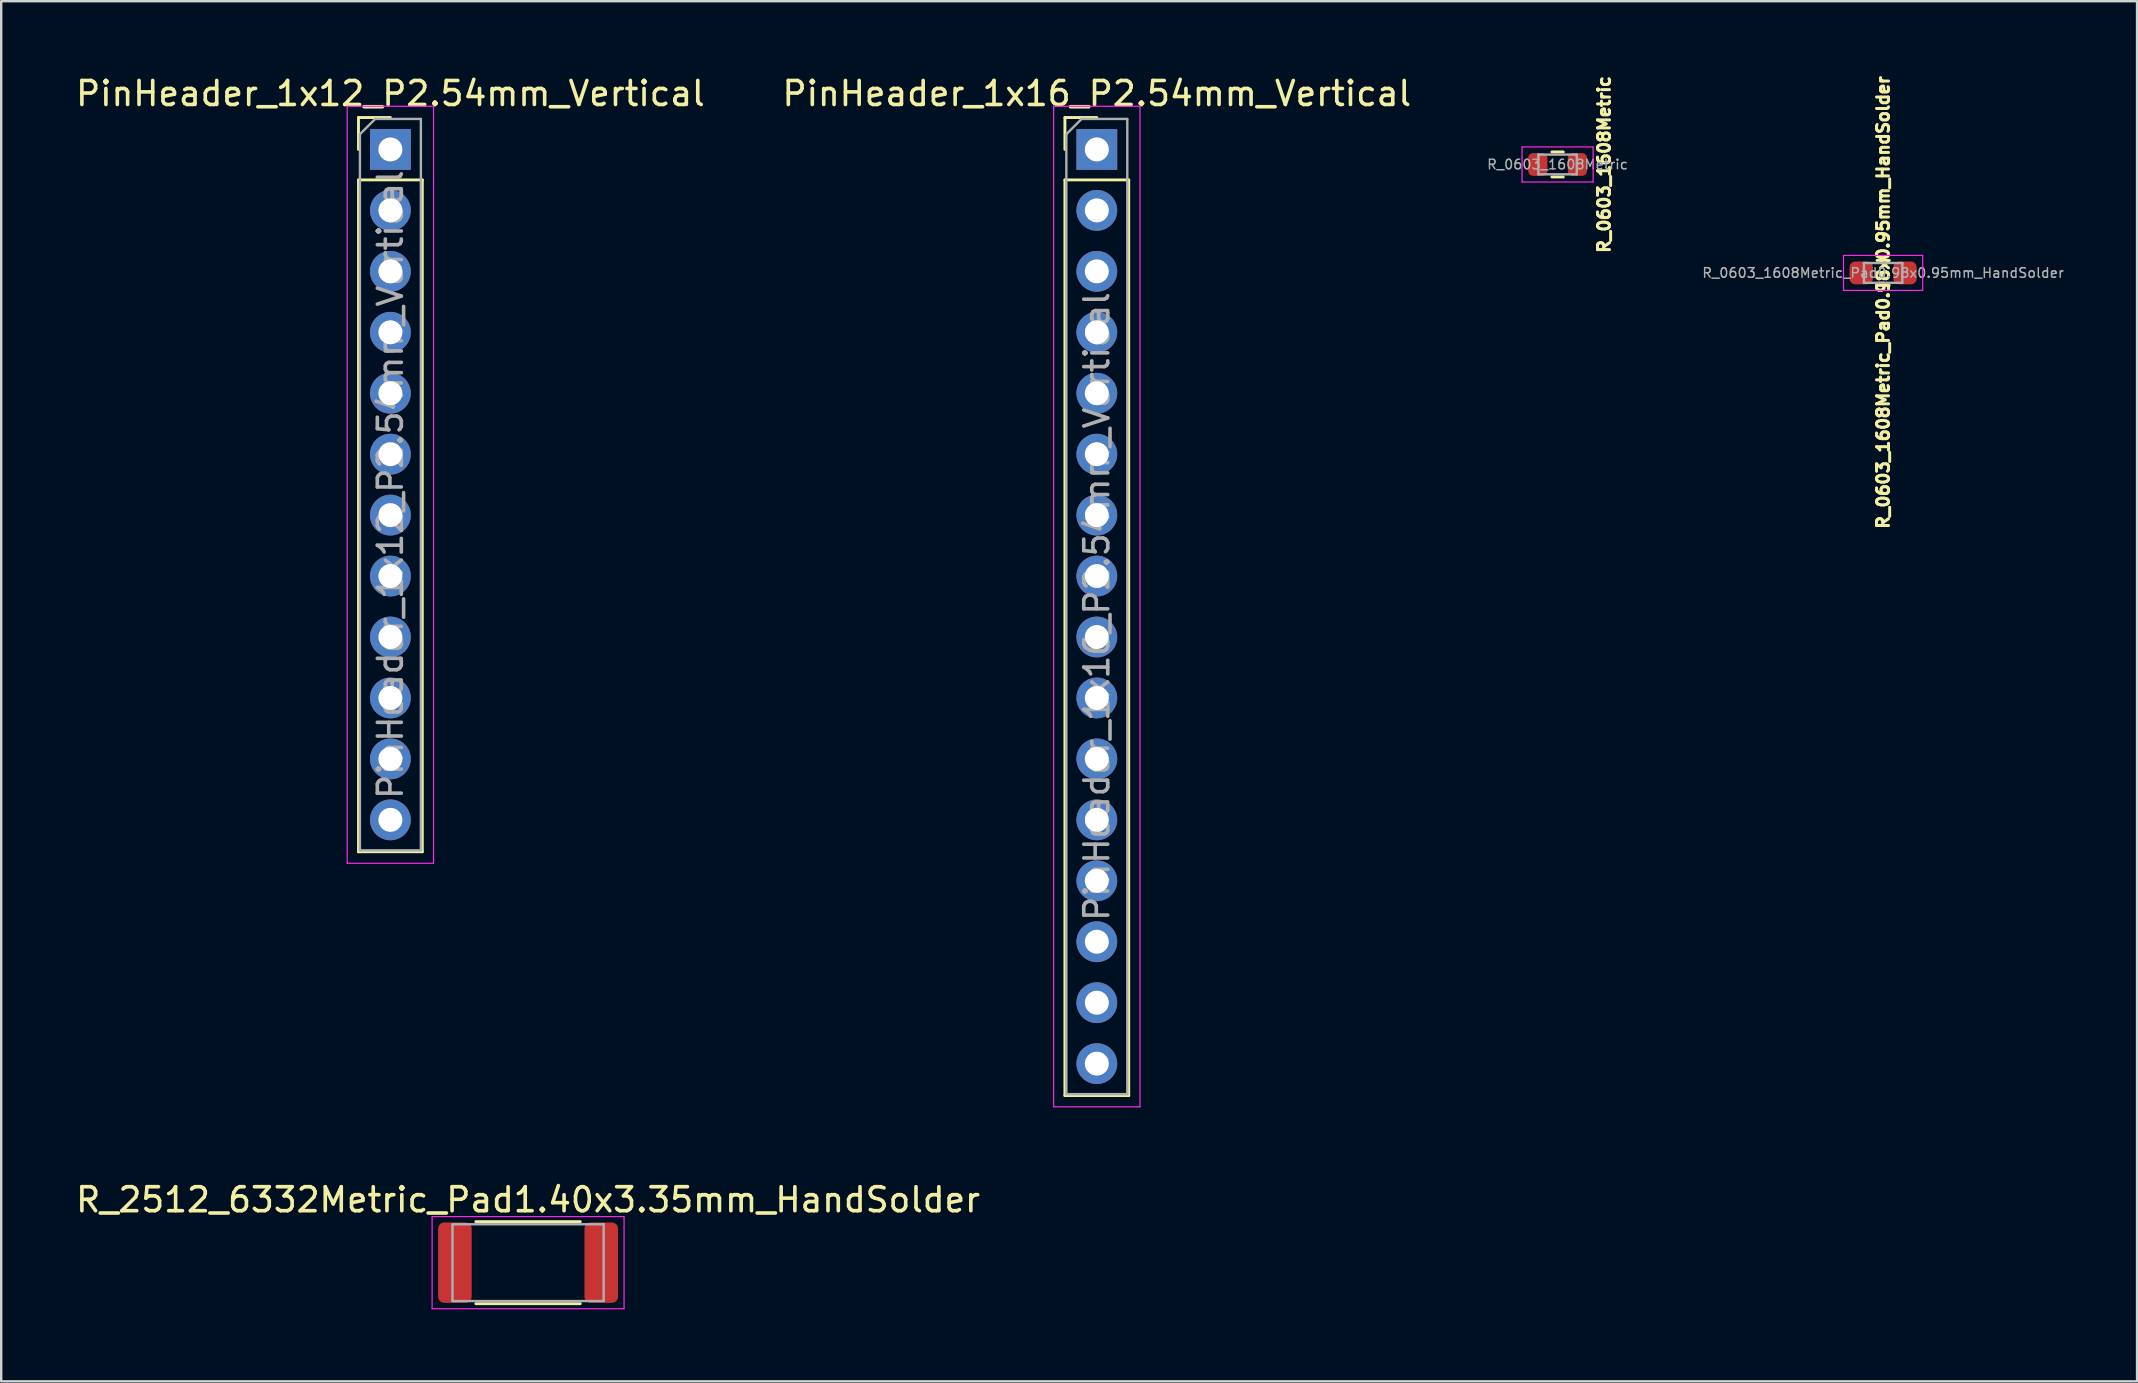
<source format=kicad_pcb>
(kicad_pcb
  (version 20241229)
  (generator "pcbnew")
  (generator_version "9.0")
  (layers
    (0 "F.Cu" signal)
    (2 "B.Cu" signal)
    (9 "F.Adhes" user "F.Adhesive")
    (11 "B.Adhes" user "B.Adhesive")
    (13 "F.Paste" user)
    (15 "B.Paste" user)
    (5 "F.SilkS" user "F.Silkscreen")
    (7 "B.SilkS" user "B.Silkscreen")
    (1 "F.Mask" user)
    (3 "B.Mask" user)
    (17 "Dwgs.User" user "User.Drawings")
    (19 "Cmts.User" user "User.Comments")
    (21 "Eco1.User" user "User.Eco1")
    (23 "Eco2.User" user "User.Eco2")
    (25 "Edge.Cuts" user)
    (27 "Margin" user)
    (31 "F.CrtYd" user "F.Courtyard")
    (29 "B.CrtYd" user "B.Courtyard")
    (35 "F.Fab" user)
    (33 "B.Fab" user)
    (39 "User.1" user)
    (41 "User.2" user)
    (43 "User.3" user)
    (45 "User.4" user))
  (footprint "R_0603_1608Metric"
    (layer "F.Cu")
    (at 61.864 3.804)
    (property "Reference" "R_0603_1608Metric" (at 1.938 0 270) (layer "F.SilkS") (effects (font (size 0.5 0.5) (thickness 0.125))))
    (attr smd)
    (fp_line (start -0.237 -0.522) (end 0.237 -0.522) (stroke (width 0.12) (type solid)) (layer "F.SilkS"))
    (fp_line (start -0.237 0.522) (end 0.237 0.522) (stroke (width 0.12) (type solid)) (layer "F.SilkS"))
    (fp_line (start -1.48 -0.73) (end 1.48 -0.73) (stroke (width 0.05) (type solid)) (layer "F.CrtYd"))
    (fp_line (start -1.48 0.73) (end -1.48 -0.73) (stroke (width 0.05) (type solid)) (layer "F.CrtYd"))
    (fp_line (start 1.48 -0.73) (end 1.48 0.73) (stroke (width 0.05) (type solid)) (layer "F.CrtYd"))
    (fp_line (start 1.48 0.73) (end -1.48 0.73) (stroke (width 0.05) (type solid)) (layer "F.CrtYd"))
    (fp_line (start -0.8 -0.412) (end 0.8 -0.412) (stroke (width 0.1) (type solid)) (layer "F.Fab"))
    (fp_line (start -0.8 0.412) (end -0.8 -0.412) (stroke (width 0.1) (type solid)) (layer "F.Fab"))
    (fp_line (start 0.8 -0.412) (end 0.8 0.412) (stroke (width 0.1) (type solid)) (layer "F.Fab"))
    (fp_line (start 0.8 0.412) (end -0.8 0.412) (stroke (width 0.1) (type solid)) (layer "F.Fab"))
    (fp_text user "${REFERENCE}" (at 0 0 0) (layer "F.Fab") (effects (font (size 0.4 0.4) (thickness 0.06))))
    (pad "1" smd roundrect (at -0.825 0) (size 0.8 0.95) (layers "F.Cu" "F.Mask" "F.Paste") (roundrect_rratio 0.25))
    (pad "2" smd roundrect (at 0.825 0) (size 0.8 0.95) (layers "F.Cu" "F.Mask" "F.Paste") (roundrect_rratio 0.25)))
  (footprint "PinHeader_1x12_P2.54mm_Vertical"
    (layer "F.Cu")
    (at 13.22 3.178)
    (property "Reference" "PinHeader_1x12_P2.54mm_Vertical" (at 0 -2.33 180) (layer "F.SilkS") (effects (font (size 1 1) (thickness 0.15))))
    (attr through_hole dnp)
    (fp_line (start -1.33 -1.33) (end 0 -1.33) (stroke (width 0.12) (type solid)) (layer "F.SilkS"))
    (fp_line (start -1.33 0) (end -1.33 -1.33) (stroke (width 0.12) (type solid)) (layer "F.SilkS"))
    (fp_line (start -1.33 1.27) (end -1.33 29.27) (stroke (width 0.12) (type solid)) (layer "F.SilkS"))
    (fp_line (start -1.33 1.27) (end 1.33 1.27) (stroke (width 0.12) (type solid)) (layer "F.SilkS"))
    (fp_line (start -1.33 29.27) (end 1.33 29.27) (stroke (width 0.12) (type solid)) (layer "F.SilkS"))
    (fp_line (start 1.33 1.27) (end 1.33 29.27) (stroke (width 0.12) (type solid)) (layer "F.SilkS"))
    (fp_line (start -1.8 -1.8) (end -1.8 29.75) (stroke (width 0.05) (type solid)) (layer "F.CrtYd"))
    (fp_line (start -1.8 29.75) (end 1.8 29.75) (stroke (width 0.05) (type solid)) (layer "F.CrtYd"))
    (fp_line (start 1.8 -1.8) (end -1.8 -1.8) (stroke (width 0.05) (type solid)) (layer "F.CrtYd"))
    (fp_line (start 1.8 29.75) (end 1.8 -1.8) (stroke (width 0.05) (type solid)) (layer "F.CrtYd"))
    (fp_line (start -1.27 -0.635) (end -0.635 -1.27) (stroke (width 0.1) (type solid)) (layer "F.Fab"))
    (fp_line (start -1.27 29.21) (end -1.27 -0.635) (stroke (width 0.1) (type solid)) (layer "F.Fab"))
    (fp_line (start -0.635 -1.27) (end 1.27 -1.27) (stroke (width 0.1) (type solid)) (layer "F.Fab"))
    (fp_line (start 1.27 -1.27) (end 1.27 29.21) (stroke (width 0.1) (type solid)) (layer "F.Fab"))
    (fp_line (start 1.27 29.21) (end -1.27 29.21) (stroke (width 0.1) (type solid)) (layer "F.Fab"))
    (fp_text user "${REFERENCE}" (at 0 13.97 270) (layer "F.Fab") (effects (font (size 1 1) (thickness 0.15))))
    (pad "1" thru_hole rect (at 0 0) (size 1.7 1.7) (drill 1) (layers "*.Cu" "*.Mask"))
    (pad "2" thru_hole oval (at 0 2.54) (size 1.7 1.7) (drill 1) (layers "*.Cu" "*.Mask"))
    (pad "3" thru_hole oval (at 0 5.08) (size 1.7 1.7) (drill 1) (layers "*.Cu" "*.Mask"))
    (pad "4" thru_hole oval (at 0 7.62) (size 1.7 1.7) (drill 1) (layers "*.Cu" "*.Mask"))
    (pad "5" thru_hole oval (at 0 10.16) (size 1.7 1.7) (drill 1) (layers "*.Cu" "*.Mask"))
    (pad "6" thru_hole oval (at 0 12.7) (size 1.7 1.7) (drill 1) (layers "*.Cu" "*.Mask"))
    (pad "7" thru_hole oval (at 0 15.24) (size 1.7 1.7) (drill 1) (layers "*.Cu" "*.Mask"))
    (pad "8" thru_hole oval (at 0 17.78) (size 1.7 1.7) (drill 1) (layers "*.Cu" "*.Mask"))
    (pad "9" thru_hole oval (at 0 20.32) (size 1.7 1.7) (drill 1) (layers "*.Cu" "*.Mask"))
    (pad "10" thru_hole oval (at 0 22.86) (size 1.7 1.7) (drill 1) (layers "*.Cu" "*.Mask"))
    (pad "11" thru_hole oval (at 0 25.4) (size 1.7 1.7) (drill 1) (layers "*.Cu" "*.Mask"))
    (pad "12" thru_hole oval (at 0 27.94) (size 1.7 1.7) (drill 1) (layers "*.Cu" "*.Mask")))
  (footprint "PinHeader_1x16_P2.54mm_Vertical"
    (layer "F.Cu")
    (at 42.661 3.178)
    (property "Reference" "PinHeader_1x16_P2.54mm_Vertical" (at 0 -2.33 180) (layer "F.SilkS") (effects (font (size 1 1) (thickness 0.15))))
    (attr through_hole dnp)
    (fp_line (start -1.33 -1.33) (end 0 -1.33) (stroke (width 0.12) (type solid)) (layer "F.SilkS"))
    (fp_line (start -1.33 0) (end -1.33 -1.33) (stroke (width 0.12) (type solid)) (layer "F.SilkS"))
    (fp_line (start -1.33 1.27) (end -1.33 39.43) (stroke (width 0.12) (type solid)) (layer "F.SilkS"))
    (fp_line (start -1.33 1.27) (end 1.33 1.27) (stroke (width 0.12) (type solid)) (layer "F.SilkS"))
    (fp_line (start -1.33 39.43) (end 1.33 39.43) (stroke (width 0.12) (type solid)) (layer "F.SilkS"))
    (fp_line (start 1.33 1.27) (end 1.33 39.43) (stroke (width 0.12) (type solid)) (layer "F.SilkS"))
    (fp_line (start -1.8 -1.8) (end -1.8 39.9) (stroke (width 0.05) (type solid)) (layer "F.CrtYd"))
    (fp_line (start -1.8 39.9) (end 1.8 39.9) (stroke (width 0.05) (type solid)) (layer "F.CrtYd"))
    (fp_line (start 1.8 -1.8) (end -1.8 -1.8) (stroke (width 0.05) (type solid)) (layer "F.CrtYd"))
    (fp_line (start 1.8 39.9) (end 1.8 -1.8) (stroke (width 0.05) (type solid)) (layer "F.CrtYd"))
    (fp_line (start -1.27 -0.635) (end -0.635 -1.27) (stroke (width 0.1) (type solid)) (layer "F.Fab"))
    (fp_line (start -1.27 39.37) (end -1.27 -0.635) (stroke (width 0.1) (type solid)) (layer "F.Fab"))
    (fp_line (start -0.635 -1.27) (end 1.27 -1.27) (stroke (width 0.1) (type solid)) (layer "F.Fab"))
    (fp_line (start 1.27 -1.27) (end 1.27 39.37) (stroke (width 0.1) (type solid)) (layer "F.Fab"))
    (fp_line (start 1.27 39.37) (end -1.27 39.37) (stroke (width 0.1) (type solid)) (layer "F.Fab"))
    (fp_text user "${REFERENCE}" (at 0 19.05 270) (layer "F.Fab") (effects (font (size 1 1) (thickness 0.15))))
    (pad "1" thru_hole rect (at 0 0) (size 1.7 1.7) (drill 1) (layers "*.Cu" "*.Mask"))
    (pad "2" thru_hole oval (at 0 2.54) (size 1.7 1.7) (drill 1) (layers "*.Cu" "*.Mask"))
    (pad "3" thru_hole oval (at 0 5.08) (size 1.7 1.7) (drill 1) (layers "*.Cu" "*.Mask"))
    (pad "4" thru_hole oval (at 0 7.62) (size 1.7 1.7) (drill 1) (layers "*.Cu" "*.Mask"))
    (pad "5" thru_hole oval (at 0 10.16) (size 1.7 1.7) (drill 1) (layers "*.Cu" "*.Mask"))
    (pad "6" thru_hole oval (at 0 12.7) (size 1.7 1.7) (drill 1) (layers "*.Cu" "*.Mask"))
    (pad "7" thru_hole oval (at 0 15.24) (size 1.7 1.7) (drill 1) (layers "*.Cu" "*.Mask"))
    (pad "8" thru_hole oval (at 0 17.78) (size 1.7 1.7) (drill 1) (layers "*.Cu" "*.Mask"))
    (pad "9" thru_hole oval (at 0 20.32) (size 1.7 1.7) (drill 1) (layers "*.Cu" "*.Mask"))
    (pad "10" thru_hole oval (at 0 22.86) (size 1.7 1.7) (drill 1) (layers "*.Cu" "*.Mask"))
    (pad "11" thru_hole oval (at 0 25.4) (size 1.7 1.7) (drill 1) (layers "*.Cu" "*.Mask"))
    (pad "12" thru_hole oval (at 0 27.94) (size 1.7 1.7) (drill 1) (layers "*.Cu" "*.Mask"))
    (pad "13" thru_hole oval (at 0 30.48) (size 1.7 1.7) (drill 1) (layers "*.Cu" "*.Mask"))
    (pad "14" thru_hole oval (at 0 33.02) (size 1.7 1.7) (drill 1) (layers "*.Cu" "*.Mask"))
    (pad "15" thru_hole oval (at 0 35.56) (size 1.7 1.7) (drill 1) (layers "*.Cu" "*.Mask"))
    (pad "16" thru_hole oval (at 0 38.1) (size 1.7 1.7) (drill 1) (layers "*.Cu" "*.Mask")))
  (footprint "R_0603_1608Metric_Pad0.98x0.95mm_HandSolder"
    (layer "F.Cu")
    (at 75.431 8.324)
    (property "Reference" "R_0603_1608Metric_Pad0.98x0.95mm_HandSolder" (at 0 1.23 270) (layer "F.SilkS") (effects (font (size 0.5 0.5) (thickness 0.125))))
    (attr smd)
    (fp_line (start -0.255 -0.522) (end 0.255 -0.522) (stroke (width 0.12) (type solid)) (layer "F.SilkS"))
    (fp_line (start -0.255 0.522) (end 0.255 0.522) (stroke (width 0.12) (type solid)) (layer "F.SilkS"))
    (fp_line (start -1.65 -0.73) (end 1.65 -0.73) (stroke (width 0.05) (type solid)) (layer "F.CrtYd"))
    (fp_line (start -1.65 0.73) (end -1.65 -0.73) (stroke (width 0.05) (type solid)) (layer "F.CrtYd"))
    (fp_line (start 1.65 -0.73) (end 1.65 0.73) (stroke (width 0.05) (type solid)) (layer "F.CrtYd"))
    (fp_line (start 1.65 0.73) (end -1.65 0.73) (stroke (width 0.05) (type solid)) (layer "F.CrtYd"))
    (fp_line (start -0.8 -0.412) (end 0.8 -0.412) (stroke (width 0.1) (type solid)) (layer "F.Fab"))
    (fp_line (start -0.8 0.412) (end -0.8 -0.412) (stroke (width 0.1) (type solid)) (layer "F.Fab"))
    (fp_line (start 0.8 -0.412) (end 0.8 0.412) (stroke (width 0.1) (type solid)) (layer "F.Fab"))
    (fp_line (start 0.8 0.412) (end -0.8 0.412) (stroke (width 0.1) (type solid)) (layer "F.Fab"))
    (fp_text user "${REFERENCE}" (at 0 0 0) (layer "F.Fab") (effects (font (size 0.4 0.4) (thickness 0.06))))
    (pad "1" smd roundrect (at -0.912 0) (size 0.975 0.95) (layers "F.Cu" "F.Mask" "F.Paste") (roundrect_rratio 0.25))
    (pad "2" smd roundrect (at 0.912 0) (size 0.975 0.95) (layers "F.Cu" "F.Mask" "F.Paste") (roundrect_rratio 0.25)))
  (footprint "R_2512_6332Metric_Pad1.40x3.35mm_HandSolder"
    (layer "F.Cu")
    (at 18.958 49.572)
    (property "Reference" "R_2512_6332Metric_Pad1.40x3.35mm_HandSolder" (at 0 -2.62 180) (layer "F.SilkS") (effects (font (size 1 1) (thickness 0.15))))
    (attr smd)
    (fp_line (start -2.177 -1.71) (end 2.177 -1.71) (stroke (width 0.12) (type solid)) (layer "F.SilkS"))
    (fp_line (start -2.177 1.71) (end 2.177 1.71) (stroke (width 0.12) (type solid)) (layer "F.SilkS"))
    (fp_line (start -4 -1.92) (end 4 -1.92) (stroke (width 0.05) (type solid)) (layer "F.CrtYd"))
    (fp_line (start -4 1.92) (end -4 -1.92) (stroke (width 0.05) (type solid)) (layer "F.CrtYd"))
    (fp_line (start 4 -1.92) (end 4 1.92) (stroke (width 0.05) (type solid)) (layer "F.CrtYd"))
    (fp_line (start 4 1.92) (end -4 1.92) (stroke (width 0.05) (type solid)) (layer "F.CrtYd"))
    (fp_line (start -3.15 -1.6) (end 3.15 -1.6) (stroke (width 0.1) (type solid)) (layer "F.Fab"))
    (fp_line (start -3.15 1.6) (end -3.15 -1.6) (stroke (width 0.1) (type solid)) (layer "F.Fab"))
    (fp_line (start 3.15 -1.6) (end 3.15 1.6) (stroke (width 0.1) (type solid)) (layer "F.Fab"))
    (fp_line (start 3.15 1.6) (end -3.15 1.6) (stroke (width 0.1) (type solid)) (layer "F.Fab"))
    (pad "1" smd roundrect (at -3.05 0) (size 1.4 3.35) (layers "F.Cu" "F.Mask" "F.Paste") (roundrect_rratio 0.179))
    (pad "2" smd roundrect (at 3.05 0) (size 1.4 3.35) (layers "F.Cu" "F.Mask" "F.Paste") (roundrect_rratio 0.179)))
  (gr_rect
    (start -3 -3)
    (end 86.014 54.517)
    (stroke (width 0.1) (type default))
    (fill no)
    (layer "Edge.Cuts")))
</source>
